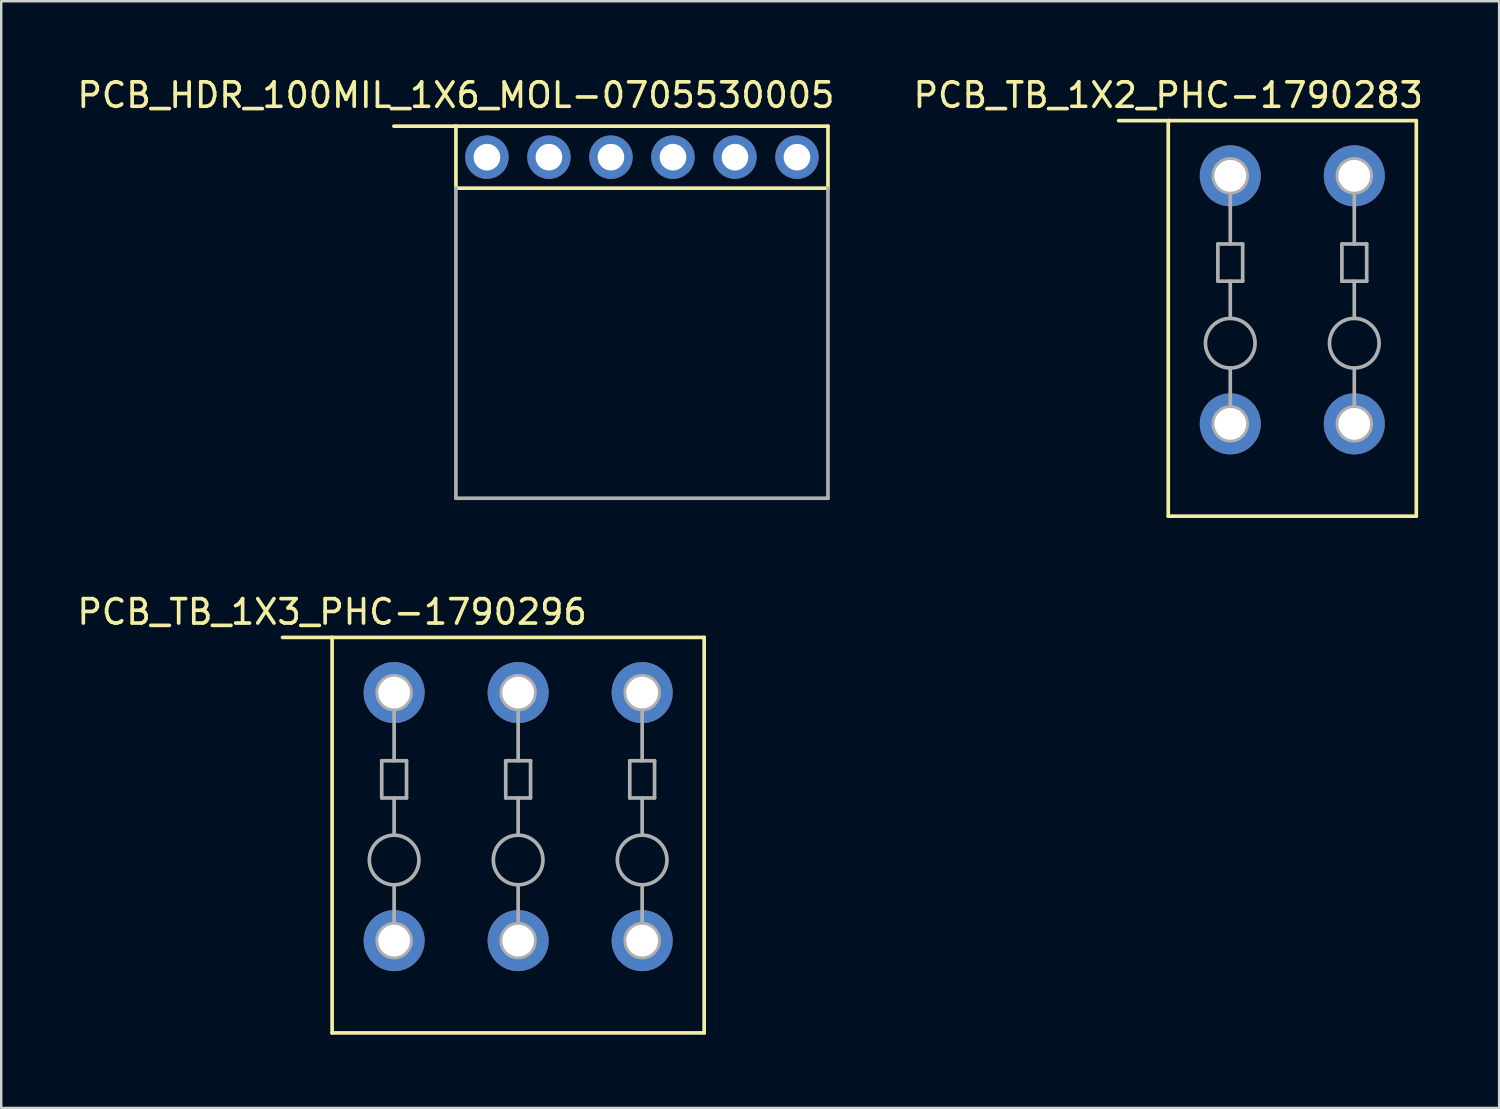
<source format=kicad_pcb>
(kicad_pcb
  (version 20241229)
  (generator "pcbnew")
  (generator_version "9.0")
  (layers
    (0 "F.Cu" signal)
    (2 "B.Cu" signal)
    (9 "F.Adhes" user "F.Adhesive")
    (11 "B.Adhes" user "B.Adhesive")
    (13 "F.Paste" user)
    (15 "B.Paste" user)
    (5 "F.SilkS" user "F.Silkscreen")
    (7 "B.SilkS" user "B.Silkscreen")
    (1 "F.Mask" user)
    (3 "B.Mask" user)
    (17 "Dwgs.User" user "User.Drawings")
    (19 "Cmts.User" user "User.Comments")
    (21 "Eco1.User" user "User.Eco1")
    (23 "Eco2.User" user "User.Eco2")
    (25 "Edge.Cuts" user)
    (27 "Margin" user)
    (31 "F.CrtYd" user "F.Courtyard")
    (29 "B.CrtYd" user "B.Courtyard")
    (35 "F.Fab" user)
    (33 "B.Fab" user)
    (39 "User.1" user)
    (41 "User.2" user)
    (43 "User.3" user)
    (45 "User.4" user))
  (footprint "PCB_TB_1X2_PHC-1790283"
    (layer "F.Cu")
    (at 49.884 9.992)
    (property "Reference" "PCB_TB_1X2_PHC-1790283" (at -5.08 -9.144 0) (layer "F.SilkS") (effects (font (size 1 1) (thickness 0.15))))
    (attr through_hole)
    (fp_line (start -5.08 -8.1) (end -7.112 -8.1) (stroke (width 0.15) (type solid)) (layer "F.SilkS"))
    (fp_line (start -5.08 -8.1) (end 5.08 -8.1) (stroke (width 0.15) (type solid)) (layer "F.SilkS"))
    (fp_line (start -5.08 8.1) (end -5.08 -8.1) (stroke (width 0.15) (type solid)) (layer "F.SilkS"))
    (fp_line (start 5.08 -8.1) (end 5.08 8.1) (stroke (width 0.15) (type solid)) (layer "F.SilkS"))
    (fp_line (start 5.08 8.1) (end -5.08 8.1) (stroke (width 0.15) (type solid)) (layer "F.SilkS"))
    (fp_line (start -3.048 -3.048) (end -3.048 -1.524) (stroke (width 0.15) (type solid)) (layer "F.Fab"))
    (fp_line (start -3.048 -1.524) (end -2.032 -1.524) (stroke (width 0.15) (type solid)) (layer "F.Fab"))
    (fp_line (start -2.54 -3.048) (end -2.54 -5.08) (stroke (width 0.15) (type solid)) (layer "F.Fab"))
    (fp_line (start -2.54 -1.524) (end -2.54 0) (stroke (width 0.15) (type solid)) (layer "F.Fab"))
    (fp_line (start -2.54 2.032) (end -2.54 3.556) (stroke (width 0.15) (type solid)) (layer "F.Fab"))
    (fp_line (start -2.032 -3.048) (end -3.048 -3.048) (stroke (width 0.15) (type solid)) (layer "F.Fab"))
    (fp_line (start -2.032 -1.524) (end -2.032 -3.048) (stroke (width 0.15) (type solid)) (layer "F.Fab"))
    (fp_line (start 2.032 -3.048) (end 2.032 -1.524) (stroke (width 0.15) (type solid)) (layer "F.Fab"))
    (fp_line (start 2.032 -1.524) (end 3.048 -1.524) (stroke (width 0.15) (type solid)) (layer "F.Fab"))
    (fp_line (start 2.54 -3.048) (end 2.54 -5.08) (stroke (width 0.15) (type solid)) (layer "F.Fab"))
    (fp_line (start 2.54 0) (end 2.54 -1.524) (stroke (width 0.15) (type solid)) (layer "F.Fab"))
    (fp_line (start 2.54 2.032) (end 2.54 3.556) (stroke (width 0.15) (type solid)) (layer "F.Fab"))
    (fp_line (start 3.048 -3.048) (end 2.032 -3.048) (stroke (width 0.15) (type solid)) (layer "F.Fab"))
    (fp_line (start 3.048 -1.524) (end 3.048 -3.048) (stroke (width 0.15) (type solid)) (layer "F.Fab"))
    (fp_circle (center -2.54 -5.84) (end -2.5 -5.15) (stroke (width 0.15) (type solid)) (fill no) (layer "F.Fab"))
    (fp_circle (center -2.54 1.016) (end -2.54 2.032) (stroke (width 0.15) (type solid)) (fill no) (layer "F.Fab"))
    (fp_circle (center -2.54 4.32) (end -2.5 5.01) (stroke (width 0.15) (type solid)) (fill no) (layer "F.Fab"))
    (fp_circle (center 2.54 -5.84) (end 2.58 -5.15) (stroke (width 0.15) (type solid)) (fill no) (layer "F.Fab"))
    (fp_circle (center 2.54 1.016) (end 2.54 2.032) (stroke (width 0.15) (type solid)) (fill no) (layer "F.Fab"))
    (fp_circle (center 2.54 4.32) (end 2.58 5.01) (stroke (width 0.15) (type solid)) (fill no) (layer "F.Fab"))
    (pad "1" thru_hole circle (at -2.54 -5.84) (size 2.5 2.5) (drill 1.3) (layers "*.Mask" "B.Cu"))
    (pad "1" thru_hole circle (at -2.54 4.32) (size 2.5 2.5) (drill 1.3) (layers "*.Mask" "B.Cu"))
    (pad "2" thru_hole circle (at 2.54 -5.84) (size 2.5 2.5) (drill 1.3) (layers "*.Mask" "B.Cu"))
    (pad "2" thru_hole circle (at 2.54 4.32) (size 2.5 2.5) (drill 1.3) (layers "*.Mask" "B.Cu")))
  (footprint "PCB_TB_1X3_PHC-1790296"
    (layer "F.Cu")
    (at 18.174 31.16)
    (property "Reference" "PCB_TB_1X3_PHC-1790296" (at -7.62 -9.144 0) (layer "F.SilkS") (effects (font (size 1 1) (thickness 0.15))))
    (attr through_hole)
    (fp_line (start -7.62 -8.1) (end -9.652 -8.1) (stroke (width 0.15) (type solid)) (layer "F.SilkS"))
    (fp_line (start -7.62 -8.1) (end 7.62 -8.1) (stroke (width 0.15) (type solid)) (layer "F.SilkS"))
    (fp_line (start -7.62 8.1) (end -7.62 -8.1) (stroke (width 0.15) (type solid)) (layer "F.SilkS"))
    (fp_line (start 7.62 -8.1) (end 7.62 8.1) (stroke (width 0.15) (type solid)) (layer "F.SilkS"))
    (fp_line (start 7.62 8.1) (end -7.62 8.1) (stroke (width 0.15) (type solid)) (layer "F.SilkS"))
    (fp_line (start -5.588 -3.048) (end -5.588 -1.524) (stroke (width 0.15) (type solid)) (layer "F.Fab"))
    (fp_line (start -5.588 -1.524) (end -4.572 -1.524) (stroke (width 0.15) (type solid)) (layer "F.Fab"))
    (fp_line (start -5.08 -3.048) (end -5.08 -5.08) (stroke (width 0.15) (type solid)) (layer "F.Fab"))
    (fp_line (start -5.08 -1.524) (end -5.08 0) (stroke (width 0.15) (type solid)) (layer "F.Fab"))
    (fp_line (start -5.08 2.032) (end -5.08 3.556) (stroke (width 0.15) (type solid)) (layer "F.Fab"))
    (fp_line (start -4.572 -3.048) (end -5.588 -3.048) (stroke (width 0.15) (type solid)) (layer "F.Fab"))
    (fp_line (start -4.572 -1.524) (end -4.572 -3.048) (stroke (width 0.15) (type solid)) (layer "F.Fab"))
    (fp_line (start -0.508 -3.048) (end -0.508 -1.524) (stroke (width 0.15) (type solid)) (layer "F.Fab"))
    (fp_line (start -0.508 -1.524) (end 0.508 -1.524) (stroke (width 0.15) (type solid)) (layer "F.Fab"))
    (fp_line (start 0 -3.048) (end 0 -5.08) (stroke (width 0.15) (type solid)) (layer "F.Fab"))
    (fp_line (start 0 0) (end 0 -1.524) (stroke (width 0.15) (type solid)) (layer "F.Fab"))
    (fp_line (start 0 2.032) (end 0 3.556) (stroke (width 0.15) (type solid)) (layer "F.Fab"))
    (fp_line (start 0.508 -3.048) (end -0.508 -3.048) (stroke (width 0.15) (type solid)) (layer "F.Fab"))
    (fp_line (start 0.508 -1.524) (end 0.508 -3.048) (stroke (width 0.15) (type solid)) (layer "F.Fab"))
    (fp_line (start 4.572 -3.048) (end 4.572 -1.524) (stroke (width 0.15) (type solid)) (layer "F.Fab"))
    (fp_line (start 4.572 -1.524) (end 5.588 -1.524) (stroke (width 0.15) (type solid)) (layer "F.Fab"))
    (fp_line (start 5.08 -3.048) (end 5.08 -5.08) (stroke (width 0.15) (type solid)) (layer "F.Fab"))
    (fp_line (start 5.08 0) (end 5.08 -1.524) (stroke (width 0.15) (type solid)) (layer "F.Fab"))
    (fp_line (start 5.08 2.032) (end 5.08 3.556) (stroke (width 0.15) (type solid)) (layer "F.Fab"))
    (fp_line (start 5.588 -3.048) (end 4.572 -3.048) (stroke (width 0.15) (type solid)) (layer "F.Fab"))
    (fp_line (start 5.588 -1.524) (end 5.588 -3.048) (stroke (width 0.15) (type solid)) (layer "F.Fab"))
    (fp_circle (center -5.08 -5.84) (end -5.04 -5.15) (stroke (width 0.15) (type solid)) (fill no) (layer "F.Fab"))
    (fp_circle (center -5.08 1.016) (end -5.08 2.032) (stroke (width 0.15) (type solid)) (fill no) (layer "F.Fab"))
    (fp_circle (center -5.08 4.32) (end -5.04 5.01) (stroke (width 0.15) (type solid)) (fill no) (layer "F.Fab"))
    (fp_circle (center 0 -5.84) (end 0.04 -5.15) (stroke (width 0.15) (type solid)) (fill no) (layer "F.Fab"))
    (fp_circle (center 0 1.016) (end 0 2.032) (stroke (width 0.15) (type solid)) (fill no) (layer "F.Fab"))
    (fp_circle (center 0 4.32) (end 0.04 5.01) (stroke (width 0.15) (type solid)) (fill no) (layer "F.Fab"))
    (fp_circle (center 5.08 -5.84) (end 5.12 -5.15) (stroke (width 0.15) (type solid)) (fill no) (layer "F.Fab"))
    (fp_circle (center 5.08 1.016) (end 5.08 2.032) (stroke (width 0.15) (type solid)) (fill no) (layer "F.Fab"))
    (fp_circle (center 5.08 4.32) (end 5.12 5.01) (stroke (width 0.15) (type solid)) (fill no) (layer "F.Fab"))
    (pad "1" thru_hole circle (at -5.08 -5.84) (size 2.5 2.5) (drill 1.3) (layers "*.Mask" "B.Cu"))
    (pad "1" thru_hole circle (at -5.08 4.32) (size 2.5 2.5) (drill 1.3) (layers "*.Mask" "B.Cu"))
    (pad "2" thru_hole circle (at 0 -5.84) (size 2.5 2.5) (drill 1.3) (layers "*.Mask" "B.Cu"))
    (pad "2" thru_hole circle (at 0 4.32) (size 2.5 2.5) (drill 1.3) (layers "*.Mask" "B.Cu"))
    (pad "3" thru_hole circle (at 5.08 -5.84) (size 2.5 2.5) (drill 1.3) (layers "*.Mask" "B.Cu"))
    (pad "3" thru_hole circle (at 5.08 4.32) (size 2.5 2.5) (drill 1.3) (layers "*.Mask" "B.Cu")))
  (footprint "PCB_HDR_100MIL_1X6_MOL-0705530005"
    (layer "F.Cu")
    (at 23.245 3.388)
    (property "Reference" "PCB_HDR_100MIL_1X6_MOL-0705530005" (at -7.62 -2.54 0) (layer "F.SilkS") (effects (font (size 1 1) (thickness 0.15))))
    (attr through_hole)
    (fp_line (start -7.62 -1.27) (end -10.16 -1.27) (stroke (width 0.15) (type solid)) (layer "F.SilkS"))
    (fp_line (start -7.62 -1.27) (end 7.62 -1.27) (stroke (width 0.15) (type solid)) (layer "F.SilkS"))
    (fp_line (start -7.62 1.27) (end -7.62 -1.27) (stroke (width 0.15) (type solid)) (layer "F.SilkS"))
    (fp_line (start 7.62 -1.27) (end 7.62 1.27) (stroke (width 0.15) (type solid)) (layer "F.SilkS"))
    (fp_line (start 7.62 1.27) (end -7.62 1.27) (stroke (width 0.15) (type solid)) (layer "F.SilkS"))
    (fp_line (start -7.62 13.97) (end -7.62 1.27) (stroke (width 0.15) (type solid)) (layer "F.Fab"))
    (fp_line (start 7.62 1.27) (end 7.62 13.97) (stroke (width 0.15) (type solid)) (layer "F.Fab"))
    (fp_line (start 7.62 13.97) (end -7.62 13.97) (stroke (width 0.15) (type solid)) (layer "F.Fab"))
    (pad "1" thru_hole circle (at -6.35 0) (size 1.778 1.778) (drill 1.092) (layers "*.Mask" "B.Cu"))
    (pad "2" thru_hole circle (at -3.81 0) (size 1.778 1.778) (drill 1.092) (layers "*.Mask" "B.Cu"))
    (pad "3" thru_hole circle (at -1.27 0) (size 1.778 1.778) (drill 1.092) (layers "*.Mask" "B.Cu"))
    (pad "4" thru_hole circle (at 1.27 0) (size 1.778 1.778) (drill 1.092) (layers "*.Mask" "B.Cu"))
    (pad "5" thru_hole circle (at 3.81 0) (size 1.778 1.778) (drill 1.092) (layers "*.Mask" "B.Cu"))
    (pad "6" thru_hole circle (at 6.35 0) (size 1.778 1.778) (drill 1.092) (layers "*.Mask" "B.Cu")))
  (gr_rect
    (start -3 -3)
    (end 58.357 42.334)
    (stroke (width 0.1) (type default))
    (fill no)
    (layer "Edge.Cuts")))
</source>
